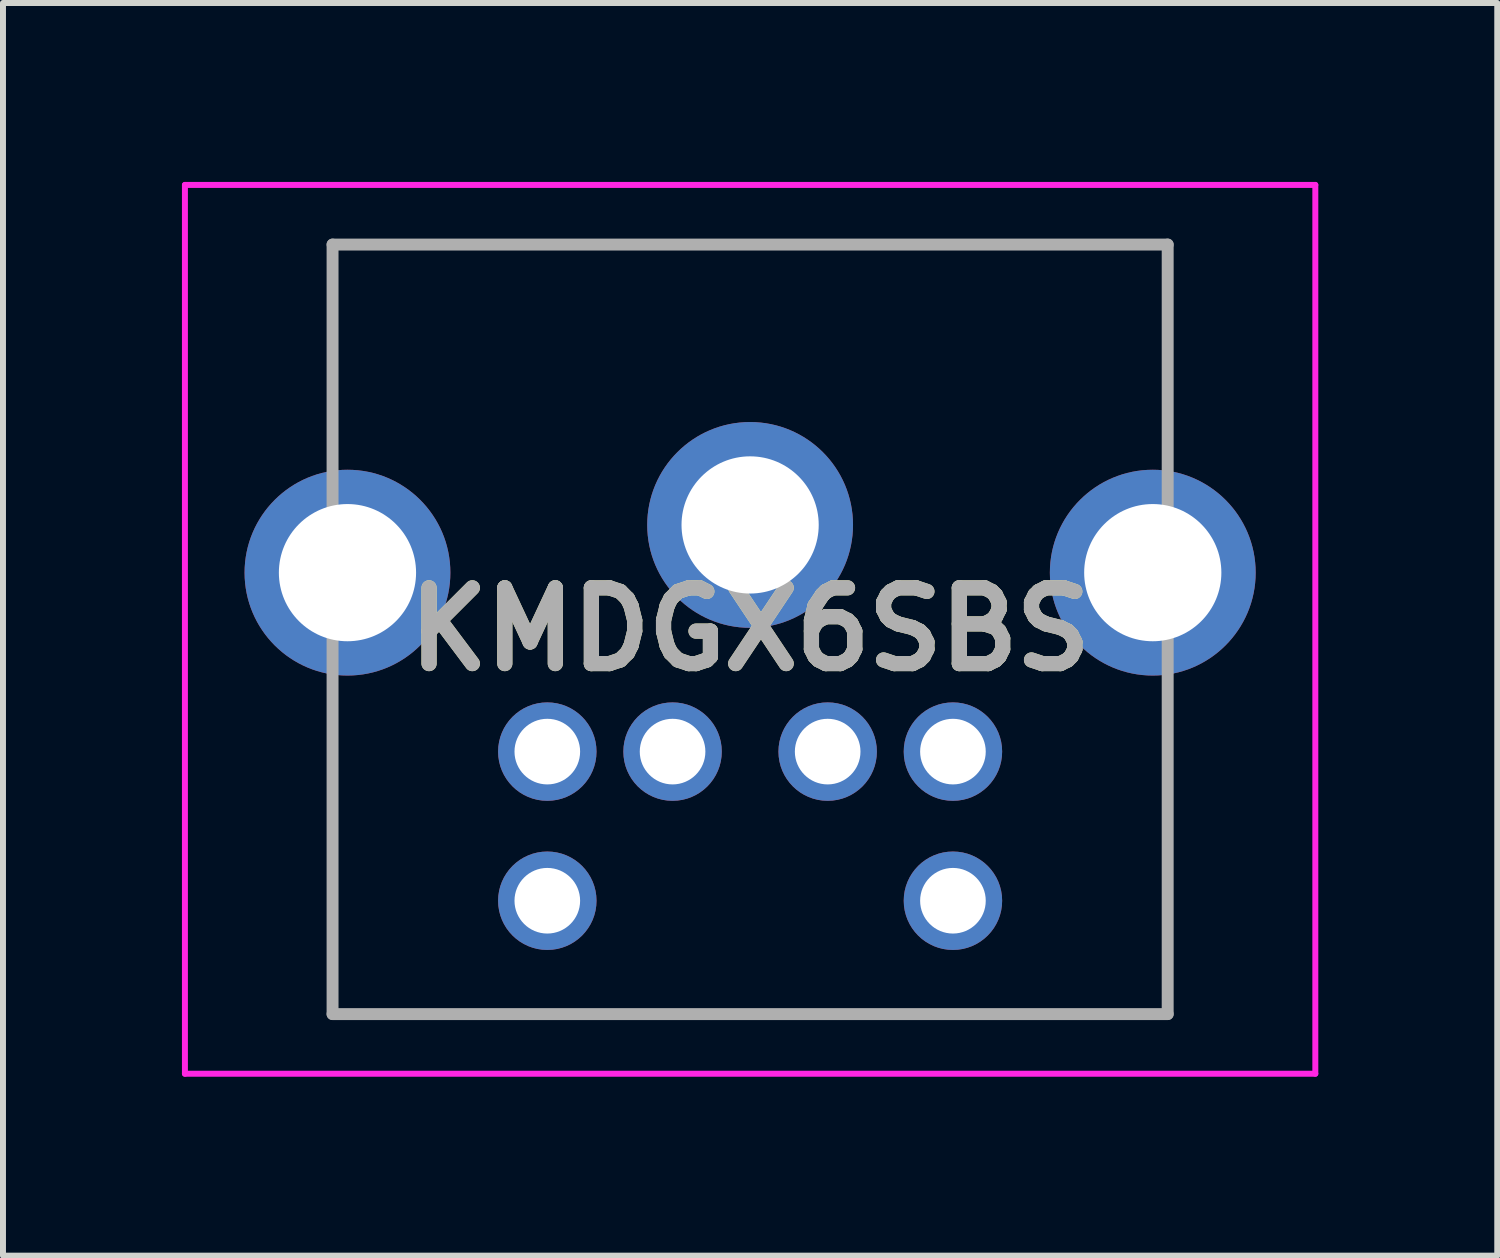
<source format=kicad_pcb>
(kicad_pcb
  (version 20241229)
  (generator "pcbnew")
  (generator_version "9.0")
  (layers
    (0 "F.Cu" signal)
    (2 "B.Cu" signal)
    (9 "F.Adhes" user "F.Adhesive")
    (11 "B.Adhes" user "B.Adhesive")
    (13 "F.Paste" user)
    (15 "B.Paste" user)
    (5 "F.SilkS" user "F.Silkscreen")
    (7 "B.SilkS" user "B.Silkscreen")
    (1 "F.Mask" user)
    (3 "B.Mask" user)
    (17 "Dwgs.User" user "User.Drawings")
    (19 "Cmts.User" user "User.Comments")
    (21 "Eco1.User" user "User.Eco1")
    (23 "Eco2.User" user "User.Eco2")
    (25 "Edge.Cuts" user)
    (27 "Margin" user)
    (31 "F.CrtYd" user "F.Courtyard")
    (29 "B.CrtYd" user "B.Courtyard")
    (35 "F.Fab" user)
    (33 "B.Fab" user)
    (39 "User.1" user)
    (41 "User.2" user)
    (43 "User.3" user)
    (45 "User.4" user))
  (footprint "KMDGX6SBS"
    (layer "F.Cu")
    (at 8.225 9.55)
    (property "Reference" "KMDGX6SBS" (at 1.3 -2.05 0) (layer "F.SilkS") (effects (font (size 1.27 1.27) (thickness 0.254))))
    (attr through_hole)
    (fp_line (start -5.7 -8.5) (end 8.3 -8.5) (stroke (width 0.1) (type solid)) (layer "F.SilkS"))
    (fp_line (start -5.7 -5.5) (end -5.7 -8.5) (stroke (width 0.1) (type solid)) (layer "F.SilkS"))
    (fp_line (start -5.7 -0.5) (end -5.7 4.4) (stroke (width 0.1) (type solid)) (layer "F.SilkS"))
    (fp_line (start -5.7 4.4) (end 8.3 4.4) (stroke (width 0.1) (type solid)) (layer "F.SilkS"))
    (fp_line (start 8.3 -8.5) (end 8.3 -5.5) (stroke (width 0.1) (type solid)) (layer "F.SilkS"))
    (fp_line (start 8.3 4.4) (end 8.3 0) (stroke (width 0.1) (type solid)) (layer "F.SilkS"))
    (fp_line (start -8.175 -9.5) (end 10.775 -9.5) (stroke (width 0.1) (type solid)) (layer "F.CrtYd"))
    (fp_line (start -8.175 5.4) (end -8.175 -9.5) (stroke (width 0.1) (type solid)) (layer "F.CrtYd"))
    (fp_line (start 10.775 -9.5) (end 10.775 5.4) (stroke (width 0.1) (type solid)) (layer "F.CrtYd"))
    (fp_line (start 10.775 5.4) (end -8.175 5.4) (stroke (width 0.1) (type solid)) (layer "F.CrtYd"))
    (fp_line (start -5.7 -8.5) (end 8.3 -8.5) (stroke (width 0.2) (type solid)) (layer "F.Fab"))
    (fp_line (start -5.7 4.4) (end -5.7 -8.5) (stroke (width 0.2) (type solid)) (layer "F.Fab"))
    (fp_line (start 8.3 -8.5) (end 8.3 4.4) (stroke (width 0.2) (type solid)) (layer "F.Fab"))
    (fp_line (start 8.3 4.4) (end -5.7 4.4) (stroke (width 0.2) (type solid)) (layer "F.Fab"))
    (fp_text user "${REFERENCE}" (at 1.3 -2.05 0) (layer "F.Fab") (effects (font (size 1.27 1.27) (thickness 0.254))))
    (pad "1" thru_hole circle (at 0 0) (size 1.65 1.65) (drill 1.1) (layers "*.Cu" "*.Mask"))
    (pad "2" thru_hole circle (at 2.6 0) (size 1.65 1.65) (drill 1.1) (layers "*.Cu" "*.Mask"))
    (pad "3" thru_hole circle (at -2.1 0) (size 1.65 1.65) (drill 1.1) (layers "*.Cu" "*.Mask"))
    (pad "5" thru_hole circle (at 4.7 0) (size 1.65 1.65) (drill 1.1) (layers "*.Cu" "*.Mask"))
    (pad "6" thru_hole circle (at -2.1 2.5) (size 1.65 1.65) (drill 1.1) (layers "*.Cu" "*.Mask"))
    (pad "8" thru_hole circle (at 4.7 2.5) (size 1.65 1.65) (drill 1.1) (layers "*.Cu" "*.Mask"))
    (pad "MH1" thru_hole circle (at -5.45 -3) (size 3.45 3.45) (drill 2.3) (layers "*.Cu" "*.Mask"))
    (pad "MH2" thru_hole circle (at 1.3 -3.8) (size 3.45 3.45) (drill 2.3) (layers "*.Cu" "*.Mask"))
    (pad "MH3" thru_hole circle (at 8.05 -3) (size 3.45 3.45) (drill 2.3) (layers "*.Cu" "*.Mask")))
  (gr_rect
    (start -3 -3)
    (end 22.05 18)
    (stroke (width 0.1) (type default))
    (fill no)
    (layer "Edge.Cuts")))
</source>
